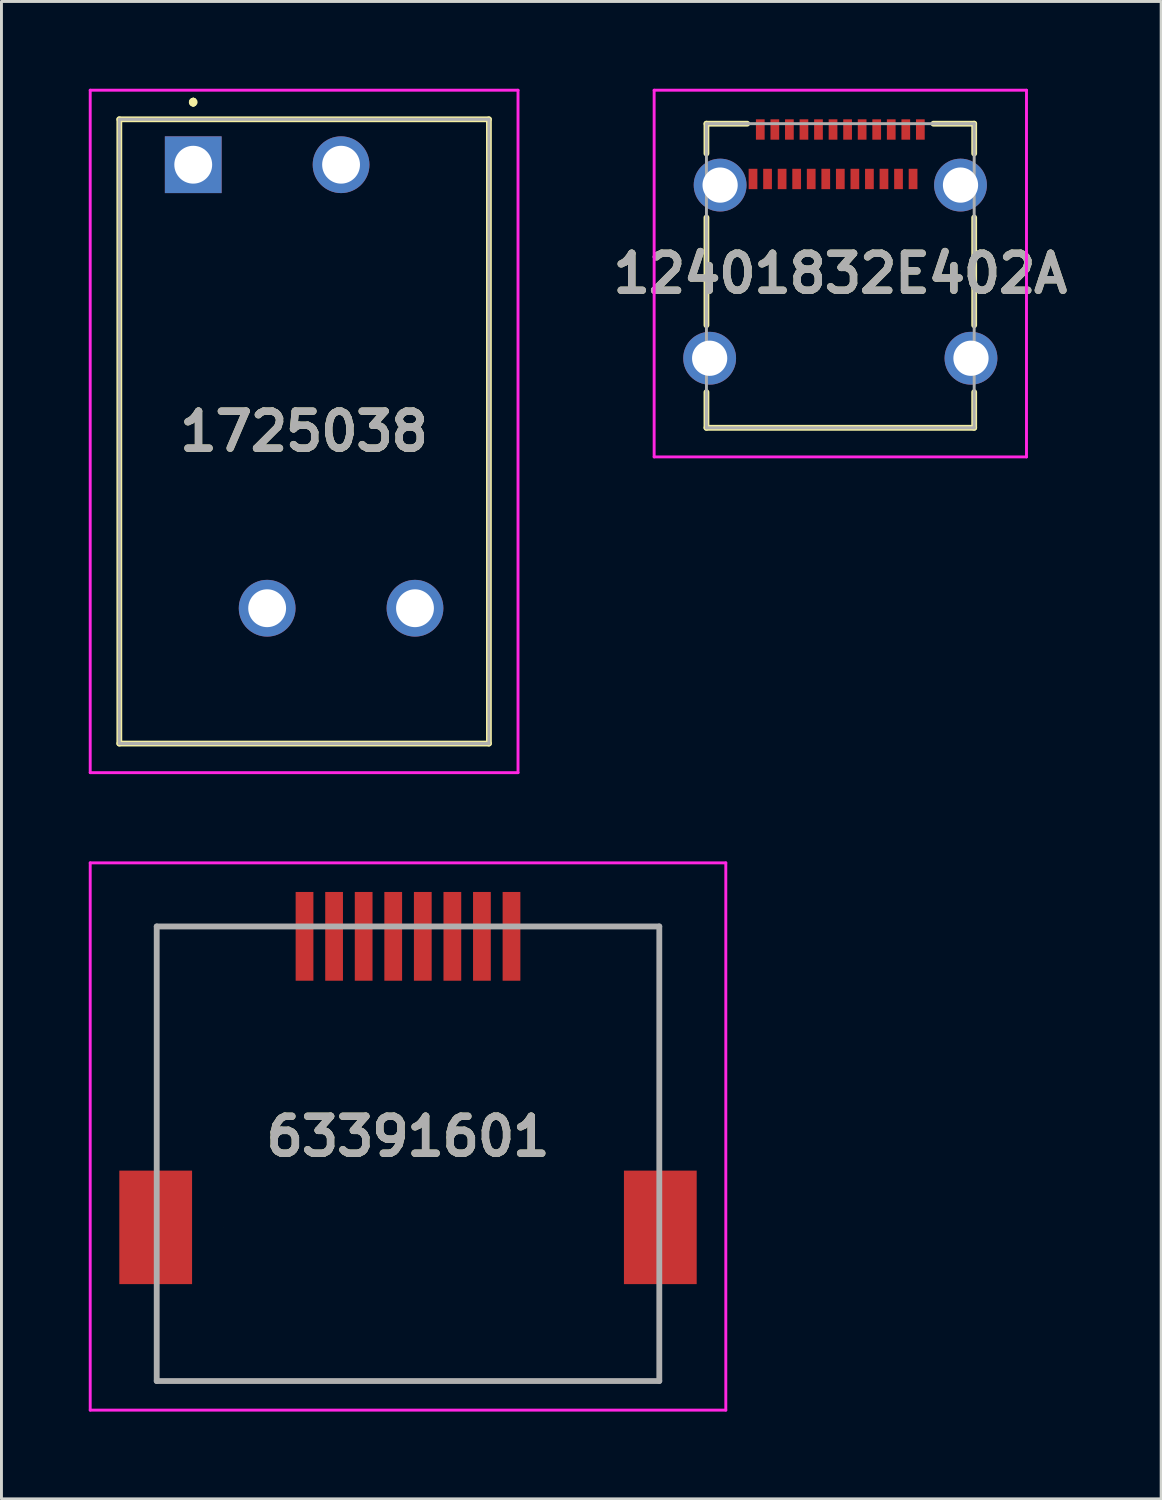
<source format=kicad_pcb>
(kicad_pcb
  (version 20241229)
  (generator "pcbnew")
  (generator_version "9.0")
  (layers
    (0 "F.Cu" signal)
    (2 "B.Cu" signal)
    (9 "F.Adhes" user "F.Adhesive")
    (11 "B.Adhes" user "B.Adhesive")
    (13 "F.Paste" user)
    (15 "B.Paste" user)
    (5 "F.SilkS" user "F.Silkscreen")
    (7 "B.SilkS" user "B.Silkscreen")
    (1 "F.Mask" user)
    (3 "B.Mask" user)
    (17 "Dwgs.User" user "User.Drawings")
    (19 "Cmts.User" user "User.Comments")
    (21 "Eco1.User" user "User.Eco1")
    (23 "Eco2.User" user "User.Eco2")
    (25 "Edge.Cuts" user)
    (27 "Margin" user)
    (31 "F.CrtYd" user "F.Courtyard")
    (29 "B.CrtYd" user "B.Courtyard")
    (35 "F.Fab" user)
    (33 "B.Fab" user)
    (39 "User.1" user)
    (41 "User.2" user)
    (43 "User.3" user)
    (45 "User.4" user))
  (footprint "12401832E402A"
    (layer "F.Cu")
    (at 25.825 6.425)
    (property "Reference" "12401832E402A" (at 0 -0.075 0) (layer "F.SilkS") (effects (font (size 1.27 1.27) (thickness 0.254))))
    (attr through_hole)
    (fp_line (start -4.6 -5.225) (end -4.6 -4.2) (stroke (width 0.2) (type solid)) (layer "F.SilkS"))
    (fp_line (start -4.6 -2) (end -4.6 1.7) (stroke (width 0.2) (type solid)) (layer "F.SilkS"))
    (fp_line (start -4.6 4) (end -4.6 5.225) (stroke (width 0.2) (type solid)) (layer "F.SilkS"))
    (fp_line (start -4.6 5.225) (end 4.6 5.225) (stroke (width 0.2) (type solid)) (layer "F.SilkS"))
    (fp_line (start -3.2 -5.225) (end -4.6 -5.225) (stroke (width 0.2) (type solid)) (layer "F.SilkS"))
    (fp_line (start 4.6 -5.225) (end 3.2 -5.225) (stroke (width 0.2) (type solid)) (layer "F.SilkS"))
    (fp_line (start 4.6 -4.2) (end 4.6 -5.225) (stroke (width 0.2) (type solid)) (layer "F.SilkS"))
    (fp_line (start 4.6 1.7) (end 4.6 -2) (stroke (width 0.2) (type solid)) (layer "F.SilkS"))
    (fp_line (start 4.6 5.225) (end 4.6 4) (stroke (width 0.2) (type solid)) (layer "F.SilkS"))
    (fp_line (start -6.397 -6.375) (end 6.397 -6.375) (stroke (width 0.1) (type solid)) (layer "F.CrtYd"))
    (fp_line (start -6.397 6.225) (end -6.397 -6.375) (stroke (width 0.1) (type solid)) (layer "F.CrtYd"))
    (fp_line (start 6.397 -6.375) (end 6.397 6.225) (stroke (width 0.1) (type solid)) (layer "F.CrtYd"))
    (fp_line (start 6.397 6.225) (end -6.397 6.225) (stroke (width 0.1) (type solid)) (layer "F.CrtYd"))
    (fp_line (start -4.6 -5.225) (end 4.6 -5.225) (stroke (width 0.1) (type solid)) (layer "F.Fab"))
    (fp_line (start -4.6 5.225) (end -4.6 -5.225) (stroke (width 0.1) (type solid)) (layer "F.Fab"))
    (fp_line (start 4.6 -5.225) (end 4.6 5.225) (stroke (width 0.1) (type solid)) (layer "F.Fab"))
    (fp_line (start 4.6 5.225) (end -4.6 5.225) (stroke (width 0.1) (type solid)) (layer "F.Fab"))
    (fp_text user "${REFERENCE}" (at 0 -0.075 0) (layer "F.Fab") (effects (font (size 1.27 1.27) (thickness 0.254))))
    (pad "" np_thru_hole circle (at -3.6 -4.365) (size 0.001 0.001) (drill 0.65) (layers "*.Cu" "*.Mask"))
    (pad "" np_thru_hole circle (at 3.6 -4.365) (size 0.001 0.001) (drill 1.15) (layers "*.Cu" "*.Mask"))
    (pad "A1" smd rect (at -2.75 -5.025) (size 0.3 0.7) (layers "F.Cu" "F.Mask" "F.Paste"))
    (pad "A2" smd rect (at -2.25 -5.025) (size 0.3 0.7) (layers "F.Cu" "F.Mask" "F.Paste"))
    (pad "A3" smd rect (at -1.75 -5.025) (size 0.3 0.7) (layers "F.Cu" "F.Mask" "F.Paste"))
    (pad "A4" smd rect (at -1.25 -5.025) (size 0.3 0.7) (layers "F.Cu" "F.Mask" "F.Paste"))
    (pad "A5" smd rect (at -0.75 -5.025) (size 0.3 0.7) (layers "F.Cu" "F.Mask" "F.Paste"))
    (pad "A6" smd rect (at -0.25 -5.025) (size 0.3 0.7) (layers "F.Cu" "F.Mask" "F.Paste"))
    (pad "A7" smd rect (at 0.25 -5.025) (size 0.3 0.7) (layers "F.Cu" "F.Mask" "F.Paste"))
    (pad "A8" smd rect (at 0.75 -5.025) (size 0.3 0.7) (layers "F.Cu" "F.Mask" "F.Paste"))
    (pad "A9" smd rect (at 1.25 -5.025) (size 0.3 0.7) (layers "F.Cu" "F.Mask" "F.Paste"))
    (pad "A10" smd rect (at 1.75 -5.025) (size 0.3 0.7) (layers "F.Cu" "F.Mask" "F.Paste"))
    (pad "A11" smd rect (at 2.25 -5.025) (size 0.3 0.7) (layers "F.Cu" "F.Mask" "F.Paste"))
    (pad "A12" smd rect (at 2.75 -5.025) (size 0.3 0.7) (layers "F.Cu" "F.Mask" "F.Paste"))
    (pad "B1" smd rect (at 2.5 -3.325) (size 0.3 0.7) (layers "F.Cu" "F.Mask" "F.Paste"))
    (pad "B2" smd rect (at 2 -3.325) (size 0.3 0.7) (layers "F.Cu" "F.Mask" "F.Paste"))
    (pad "B3" smd rect (at 1.5 -3.325) (size 0.3 0.7) (layers "F.Cu" "F.Mask" "F.Paste"))
    (pad "B4" smd rect (at 1 -3.325) (size 0.3 0.7) (layers "F.Cu" "F.Mask" "F.Paste"))
    (pad "B5" smd rect (at 0.5 -3.325) (size 0.3 0.7) (layers "F.Cu" "F.Mask" "F.Paste"))
    (pad "B6" smd rect (at 0 -3.325) (size 0.3 0.7) (layers "F.Cu" "F.Mask" "F.Paste"))
    (pad "B7" smd rect (at -0.5 -3.325) (size 0.3 0.7) (layers "F.Cu" "F.Mask" "F.Paste"))
    (pad "B8" smd rect (at -1 -3.325) (size 0.3 0.7) (layers "F.Cu" "F.Mask" "F.Paste"))
    (pad "B9" smd rect (at -1.5 -3.325) (size 0.3 0.7) (layers "F.Cu" "F.Mask" "F.Paste"))
    (pad "B10" smd rect (at -2 -3.325) (size 0.3 0.7) (layers "F.Cu" "F.Mask" "F.Paste"))
    (pad "B11" smd rect (at -2.5 -3.325) (size 0.3 0.7) (layers "F.Cu" "F.Mask" "F.Paste"))
    (pad "B12" smd rect (at -3 -3.325) (size 0.3 0.7) (layers "F.Cu" "F.Mask" "F.Paste"))
    (pad "MH1" thru_hole circle (at -4.13 -3.115) (size 1.815 1.815) (drill 1.21) (layers "*.Cu" "*.Mask"))
    (pad "MH2" thru_hole circle (at 4.13 -3.115) (size 1.815 1.815) (drill 1.21) (layers "*.Cu" "*.Mask"))
    (pad "MH3" thru_hole circle (at 4.49 2.835) (size 1.815 1.815) (drill 1.21) (layers "*.Cu" "*.Mask"))
    (pad "MH4" thru_hole circle (at -4.49 2.835) (size 1.815 1.815) (drill 1.21) (layers "*.Cu" "*.Mask")))
  (footprint "1725038"
    (layer "F.Cu")
    (at 3.59 2.61)
    (property "Reference" "1725038" (at 3.81 9.165 0) (layer "F.SilkS") (effects (font (size 1.27 1.27) (thickness 0.254))))
    (attr through_hole)
    (fp_line (start -2.54 -1.56) (end 10.16 -1.56) (stroke (width 0.2) (type solid)) (layer "F.SilkS"))
    (fp_line (start -2.54 19.89) (end -2.54 -1.56) (stroke (width 0.2) (type solid)) (layer "F.SilkS"))
    (fp_line (start 0 -2.2) (end 0 -2.2) (stroke (width 0.2) (type solid)) (layer "F.SilkS"))
    (fp_line (start 0 -2.2) (end 0 -2.2) (stroke (width 0.2) (type solid)) (layer "F.SilkS"))
    (fp_line (start 0 -2.1) (end 0 -2.1) (stroke (width 0.2) (type solid)) (layer "F.SilkS"))
    (fp_line (start 10.16 -1.56) (end 10.16 19.89) (stroke (width 0.2) (type solid)) (layer "F.SilkS"))
    (fp_line (start 10.16 19.89) (end -2.54 19.89) (stroke (width 0.2) (type solid)) (layer "F.SilkS"))
    (fp_arc (start 0 -2.2) (mid 0.05 -2.15) (end 0 -2.1) (stroke (width 0.2) (type solid)) (layer "F.SilkS"))
    (fp_arc (start 0 -2.1) (mid -0.05 -2.15) (end 0 -2.2) (stroke (width 0.2) (type solid)) (layer "F.SilkS"))
    (fp_arc (start 0 -2.1) (mid -0.05 -2.15) (end 0 -2.2) (stroke (width 0.2) (type solid)) (layer "F.SilkS"))
    (fp_line (start -3.54 -2.56) (end 11.16 -2.56) (stroke (width 0.1) (type solid)) (layer "F.CrtYd"))
    (fp_line (start -3.54 20.89) (end -3.54 -2.56) (stroke (width 0.1) (type solid)) (layer "F.CrtYd"))
    (fp_line (start 11.16 -2.56) (end 11.16 20.89) (stroke (width 0.1) (type solid)) (layer "F.CrtYd"))
    (fp_line (start 11.16 20.89) (end -3.54 20.89) (stroke (width 0.1) (type solid)) (layer "F.CrtYd"))
    (fp_line (start -2.54 -1.56) (end -2.54 19.89) (stroke (width 0.1) (type solid)) (layer "F.Fab"))
    (fp_line (start -2.54 19.89) (end 10.16 19.89) (stroke (width 0.1) (type solid)) (layer "F.Fab"))
    (fp_line (start 10.16 -1.56) (end -2.54 -1.56) (stroke (width 0.1) (type solid)) (layer "F.Fab"))
    (fp_line (start 10.16 19.89) (end 10.16 -1.56) (stroke (width 0.1) (type solid)) (layer "F.Fab"))
    (fp_text user "${REFERENCE}" (at 3.81 9.165 0) (layer "F.Fab") (effects (font (size 1.27 1.27) (thickness 0.254))))
    (pad "1" thru_hole rect (at 0 0) (size 1.95 1.95) (drill 1.3) (layers "*.Cu" "*.Mask"))
    (pad "2" thru_hole circle (at 5.08 0) (size 1.95 1.95) (drill 1.3) (layers "*.Cu" "*.Mask"))
    (pad "3" thru_hole circle (at 2.54 15.24) (size 1.95 1.95) (drill 1.3) (layers "*.Cu" "*.Mask"))
    (pad "4" thru_hole circle (at 7.62 15.24) (size 1.95 1.95) (drill 1.3) (layers "*.Cu" "*.Mask")))
  (footprint "63391601"
    (layer "F.Cu")
    (at 10.97 36.595)
    (property "Reference" "63391601" (at 0 -0.592 0) (layer "F.SilkS") (effects (font (size 1.27 1.27) (thickness 0.254))))
    (attr through_hole)
    (fp_line (start -8.635 -7.81) (end -4.5 -7.81) (stroke (width 0.1) (type solid)) (layer "F.SilkS"))
    (fp_line (start -8.635 -7.69) (end -8.635 -7.81) (stroke (width 0.1) (type solid)) (layer "F.SilkS"))
    (fp_line (start -8.635 -0.19) (end -8.635 -7.69) (stroke (width 0.1) (type solid)) (layer "F.SilkS"))
    (fp_line (start -8.635 5.31) (end -8.635 7.81) (stroke (width 0.1) (type solid)) (layer "F.SilkS"))
    (fp_line (start -8.635 7.81) (end 8.635 7.81) (stroke (width 0.1) (type solid)) (layer "F.SilkS"))
    (fp_line (start 4.5 -7.81) (end 8.635 -7.81) (stroke (width 0.1) (type solid)) (layer "F.SilkS"))
    (fp_line (start 8.635 -7.81) (end 8.635 -0.19) (stroke (width 0.1) (type solid)) (layer "F.SilkS"))
    (fp_line (start 8.635 7.81) (end 8.635 5.31) (stroke (width 0.1) (type solid)) (layer "F.SilkS"))
    (fp_line (start -10.92 -9.995) (end 10.92 -9.995) (stroke (width 0.1) (type solid)) (layer "F.CrtYd"))
    (fp_line (start -10.92 8.81) (end -10.92 -9.995) (stroke (width 0.1) (type solid)) (layer "F.CrtYd"))
    (fp_line (start 10.92 -9.995) (end 10.92 8.81) (stroke (width 0.1) (type solid)) (layer "F.CrtYd"))
    (fp_line (start 10.92 8.81) (end -10.92 8.81) (stroke (width 0.1) (type solid)) (layer "F.CrtYd"))
    (fp_line (start -8.635 -7.81) (end 8.635 -7.81) (stroke (width 0.2) (type solid)) (layer "F.Fab"))
    (fp_line (start -8.635 7.81) (end -8.635 -7.81) (stroke (width 0.2) (type solid)) (layer "F.Fab"))
    (fp_line (start 8.635 -7.81) (end 8.635 7.81) (stroke (width 0.2) (type solid)) (layer "F.Fab"))
    (fp_line (start 8.635 7.81) (end -8.635 7.81) (stroke (width 0.2) (type solid)) (layer "F.Fab"))
    (fp_text user "${REFERENCE}" (at 0 -0.592 0) (layer "F.Fab") (effects (font (size 1.27 1.27) (thickness 0.254))))
    (pad "" np_thru_hole circle (at -6.35 2.53) (size 0.001 0.001) (drill 3.33) (layers "*.Cu" "*.Mask"))
    (pad "" np_thru_hole circle (at 6.35 2.53) (size 0.001 0.001) (drill 3.33) (layers "*.Cu" "*.Mask"))
    (pad "1" smd rect (at 3.556 -7.47) (size 0.61 3.05) (layers "F.Cu" "F.Mask" "F.Paste"))
    (pad "2" smd rect (at 2.54 -7.47) (size 0.61 3.05) (layers "F.Cu" "F.Mask" "F.Paste"))
    (pad "3" smd rect (at 1.524 -7.47) (size 0.61 3.05) (layers "F.Cu" "F.Mask" "F.Paste"))
    (pad "4" smd rect (at 0.508 -7.47) (size 0.61 3.05) (layers "F.Cu" "F.Mask" "F.Paste"))
    (pad "5" smd rect (at -0.508 -7.47) (size 0.61 3.05) (layers "F.Cu" "F.Mask" "F.Paste"))
    (pad "6" smd rect (at -1.524 -7.47) (size 0.61 3.05) (layers "F.Cu" "F.Mask" "F.Paste"))
    (pad "7" smd rect (at -2.54 -7.47) (size 0.61 3.05) (layers "F.Cu" "F.Mask" "F.Paste"))
    (pad "8" smd rect (at -3.556 -7.47) (size 0.61 3.05) (layers "F.Cu" "F.Mask" "F.Paste"))
    (pad "9" smd rect (at -8.67 2.53) (size 2.5 3.9) (layers "F.Cu" "F.Mask" "F.Paste"))
    (pad "10" smd rect (at 8.67 2.53) (size 2.5 3.9) (layers "F.Cu" "F.Mask" "F.Paste")))
  (gr_rect
    (start -3 -3)
    (end 36.85 48.455)
    (stroke (width 0.1) (type default))
    (fill no)
    (layer "Edge.Cuts")))
</source>
